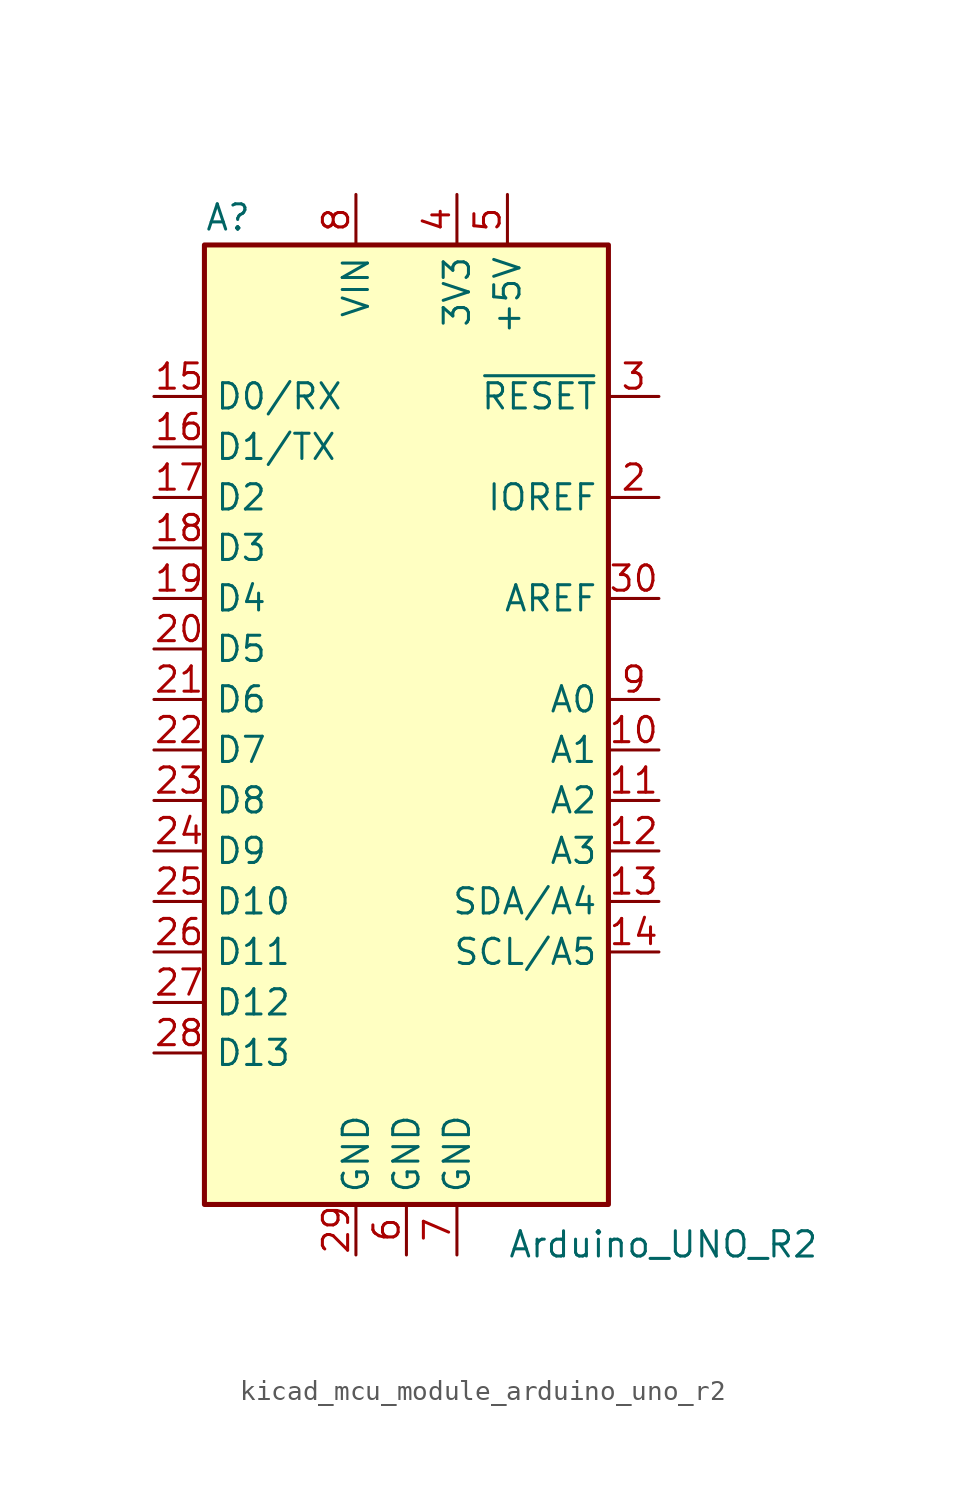
<source format=kicad_sym>
(kicad_symbol_lib
  (version 20220914)
  (generator kicad_symbol_editor)
  (symbol "kicad_mcu_module_arduino_uno_r2"
    (property "Reference" "A"
      (at -10.16 23.495 0)
      (effects (font (size 1.27 1.27)) (justify left bottom)))
    (property "Value" "Arduino_UNO_R2"
      (at 5.08 -26.67 0)
      (effects (font (size 1.27 1.27)) (justify left top)))
    (symbol "kicad_mcu_module_arduino_uno_r2_0_1"
      (rectangle (start -10.16 22.86) (end 10.16 -25.4) (stroke (width 0.254) (type default)) (fill (type background))))
    (symbol "kicad_mcu_module_arduino_uno_r2_1_1"
      (pin no_connect line (at -10.16 -20.32 0) (length 2.54) hide (name "NC" (effects (font (size 1.27 1.27)))) (number "1" (effects (font (size 1.27 1.27)))))
      (pin bidirectional line (at 12.7 -2.54 180) (length 2.54) (name "A1" (effects (font (size 1.27 1.27)))) (number "10" (effects (font (size 1.27 1.27)))))
      (pin bidirectional line (at 12.7 -5.08 180) (length 2.54) (name "A2" (effects (font (size 1.27 1.27)))) (number "11" (effects (font (size 1.27 1.27)))))
      (pin bidirectional line (at 12.7 -7.62 180) (length 2.54) (name "A3" (effects (font (size 1.27 1.27)))) (number "12" (effects (font (size 1.27 1.27)))))
      (pin bidirectional line (at 12.7 -10.16 180) (length 2.54) (name "SDA/A4" (effects (font (size 1.27 1.27)))) (number "13" (effects (font (size 1.27 1.27)))))
      (pin bidirectional line (at 12.7 -12.7 180) (length 2.54) (name "SCL/A5" (effects (font (size 1.27 1.27)))) (number "14" (effects (font (size 1.27 1.27)))))
      (pin bidirectional line (at -12.7 15.24 0) (length 2.54) (name "D0/RX" (effects (font (size 1.27 1.27)))) (number "15" (effects (font (size 1.27 1.27)))))
      (pin bidirectional line (at -12.7 12.7 0) (length 2.54) (name "D1/TX" (effects (font (size 1.27 1.27)))) (number "16" (effects (font (size 1.27 1.27)))))
      (pin bidirectional line (at -12.7 10.16 0) (length 2.54) (name "D2" (effects (font (size 1.27 1.27)))) (number "17" (effects (font (size 1.27 1.27)))))
      (pin bidirectional line (at -12.7 7.62 0) (length 2.54) (name "D3" (effects (font (size 1.27 1.27)))) (number "18" (effects (font (size 1.27 1.27)))))
      (pin bidirectional line (at -12.7 5.08 0) (length 2.54) (name "D4" (effects (font (size 1.27 1.27)))) (number "19" (effects (font (size 1.27 1.27)))))
      (pin output line (at 12.7 10.16 180) (length 2.54) (name "IOREF" (effects (font (size 1.27 1.27)))) (number "2" (effects (font (size 1.27 1.27)))))
      (pin bidirectional line (at -12.7 2.54 0) (length 2.54) (name "D5" (effects (font (size 1.27 1.27)))) (number "20" (effects (font (size 1.27 1.27)))))
      (pin bidirectional line (at -12.7 0 0) (length 2.54) (name "D6" (effects (font (size 1.27 1.27)))) (number "21" (effects (font (size 1.27 1.27)))))
      (pin bidirectional line (at -12.7 -2.54 0) (length 2.54) (name "D7" (effects (font (size 1.27 1.27)))) (number "22" (effects (font (size 1.27 1.27)))))
      (pin bidirectional line (at -12.7 -5.08 0) (length 2.54) (name "D8" (effects (font (size 1.27 1.27)))) (number "23" (effects (font (size 1.27 1.27)))))
      (pin bidirectional line (at -12.7 -7.62 0) (length 2.54) (name "D9" (effects (font (size 1.27 1.27)))) (number "24" (effects (font (size 1.27 1.27)))))
      (pin bidirectional line (at -12.7 -10.16 0) (length 2.54) (name "D10" (effects (font (size 1.27 1.27)))) (number "25" (effects (font (size 1.27 1.27)))))
      (pin bidirectional line (at -12.7 -12.7 0) (length 2.54) (name "D11" (effects (font (size 1.27 1.27)))) (number "26" (effects (font (size 1.27 1.27)))))
      (pin bidirectional line (at -12.7 -15.24 0) (length 2.54) (name "D12" (effects (font (size 1.27 1.27)))) (number "27" (effects (font (size 1.27 1.27)))))
      (pin bidirectional line (at -12.7 -17.78 0) (length 2.54) (name "D13" (effects (font (size 1.27 1.27)))) (number "28" (effects (font (size 1.27 1.27)))))
      (pin power_in line (at -2.54 -27.94 90) (length 2.54) (name "GND" (effects (font (size 1.27 1.27)))) (number "29" (effects (font (size 1.27 1.27)))))
      (pin input line (at 12.7 15.24 180) (length 2.54) (name "~{RESET}" (effects (font (size 1.27 1.27)))) (number "3" (effects (font (size 1.27 1.27)))))
      (pin input line (at 12.7 5.08 180) (length 2.54) (name "AREF" (effects (font (size 1.27 1.27)))) (number "30" (effects (font (size 1.27 1.27)))))
      (pin power_out line (at 2.54 25.4 270) (length 2.54) (name "3V3" (effects (font (size 1.27 1.27)))) (number "4" (effects (font (size 1.27 1.27)))))
      (pin power_out line (at 5.08 25.4 270) (length 2.54) (name "+5V" (effects (font (size 1.27 1.27)))) (number "5" (effects (font (size 1.27 1.27)))))
      (pin power_in line (at 0 -27.94 90) (length 2.54) (name "GND" (effects (font (size 1.27 1.27)))) (number "6" (effects (font (size 1.27 1.27)))))
      (pin power_in line (at 2.54 -27.94 90) (length 2.54) (name "GND" (effects (font (size 1.27 1.27)))) (number "7" (effects (font (size 1.27 1.27)))))
      (pin power_in line (at -2.54 25.4 270) (length 2.54) (name "VIN" (effects (font (size 1.27 1.27)))) (number "8" (effects (font (size 1.27 1.27)))))
      (pin bidirectional line (at 12.7 0 180) (length 2.54) (name "A0" (effects (font (size 1.27 1.27)))) (number "9" (effects (font (size 1.27 1.27))))))))
</source>
